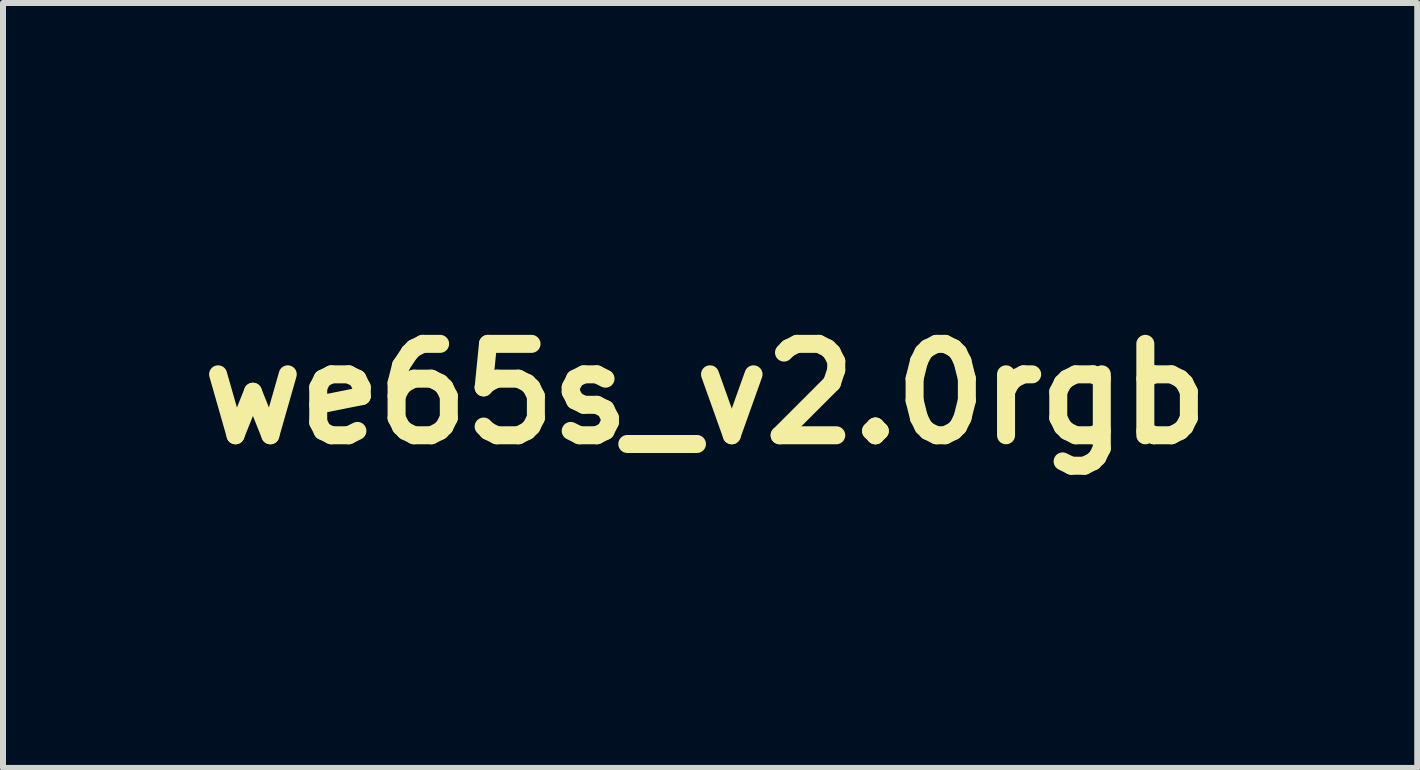
<source format=kicad_pcb>
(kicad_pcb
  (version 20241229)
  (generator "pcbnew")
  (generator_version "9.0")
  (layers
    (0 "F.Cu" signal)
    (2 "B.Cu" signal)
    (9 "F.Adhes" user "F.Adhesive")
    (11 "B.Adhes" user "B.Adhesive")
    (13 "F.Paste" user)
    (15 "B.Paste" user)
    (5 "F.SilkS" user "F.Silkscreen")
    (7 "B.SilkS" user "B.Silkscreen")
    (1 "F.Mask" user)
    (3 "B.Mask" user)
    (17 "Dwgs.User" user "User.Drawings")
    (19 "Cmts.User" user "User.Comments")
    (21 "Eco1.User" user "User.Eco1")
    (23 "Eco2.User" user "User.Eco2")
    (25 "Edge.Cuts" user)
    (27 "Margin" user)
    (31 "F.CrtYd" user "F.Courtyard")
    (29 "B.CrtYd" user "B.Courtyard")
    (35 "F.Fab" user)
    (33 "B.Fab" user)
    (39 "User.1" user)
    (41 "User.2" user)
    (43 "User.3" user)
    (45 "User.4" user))
  (footprint "we65s_v2.0rgb"
    (layer "F.Cu")
    (at 8.714 3.517)
    (property "Reference" "we65s_v2.0rgb" (at 0 0 0) (layer "F.SilkS") (effects (font (size 1.524 1.524) (thickness 0.3))))
    (attr through_hole)
    (fp_poly (pts (xy 5.338 1.966) (xy 5.525 1.966) (xy 5.525 2.247) (xy 4.822 2.247) (xy 4.822 1.966) (xy 5.035 1.966) (xy 5.028 1.691) (xy 5.021 1.416) (xy 4.846 1.402) (xy 4.846 1.147) (xy 5.338 1.147) (xy 5.338 1.966)) (stroke (width 0.01) (type solid)) (fill yes) (layer "F.Mask"))
    (fp_poly (pts (xy -4.612 1.662) (xy -4.822 1.662) (xy -4.822 2.247) (xy -5.127 2.247) (xy -5.127 1.565) (xy -5.058 1.496) (xy -5.021 1.462) (xy -4.984 1.442) (xy -4.935 1.432) (xy -4.86 1.428) (xy -4.801 1.428) (xy -4.612 1.428) (xy -4.612 1.662)) (stroke (width 0.01) (type solid)) (fill yes) (layer "F.Mask"))
    (fp_poly (pts (xy -6.382 1.962) (xy -6.327 2.011) (xy -6.301 2.077) (xy -6.306 2.149) (xy -6.349 2.214) (xy -6.359 2.222) (xy -6.433 2.264) (xy -6.5 2.261) (xy -6.568 2.213) (xy -6.568 2.213) (xy -6.615 2.146) (xy -6.618 2.079) (xy -6.577 2.005) (xy -6.577 2.005) (xy -6.512 1.953) (xy -6.459 1.943) (xy -6.382 1.962)) (stroke (width 0.01) (type solid)) (fill yes) (layer "F.Mask"))
    (fp_poly (pts (xy 1.209 -1.663) (xy 1.243 -1.654) (xy 1.392 -1.589) (xy 1.512 -1.493) (xy 1.602 -1.372) (xy 1.66 -1.234) (xy 1.686 -1.087) (xy 1.676 -0.936) (xy 1.631 -0.789) (xy 1.548 -0.654) (xy 1.476 -0.577) (xy 1.372 -0.496) (xy 1.269 -0.447) (xy 1.151 -0.425) (xy 1.059 -0.421) (xy 0.948 -0.427) (xy 0.858 -0.447) (xy 0.778 -0.482) (xy 0.636 -0.577) (xy 0.529 -0.7) (xy 0.462 -0.848) (xy 0.436 -1.016) (xy 0.436 -1.03) (xy 0.446 -1.183) (xy 0.483 -1.308) (xy 0.551 -1.42) (xy 0.593 -1.469) (xy 0.728 -1.584) (xy 0.877 -1.656) (xy 1.038 -1.682) (xy 1.209 -1.663)) (stroke (width 0.01) (type solid)) (fill yes) (layer "F.Mask"))
    (fp_poly (pts (xy 8.343 1.432) (xy 8.45 1.488) (xy 8.531 1.574) (xy 8.54 1.589) (xy 8.563 1.634) (xy 8.577 1.682) (xy 8.586 1.744) (xy 8.59 1.83) (xy 8.592 1.952) (xy 8.592 1.964) (xy 8.592 2.247) (xy 8.287 2.247) (xy 8.287 1.995) (xy 8.285 1.868) (xy 8.278 1.781) (xy 8.263 1.727) (xy 8.236 1.698) (xy 8.196 1.687) (xy 8.17 1.686) (xy 8.122 1.69) (xy 8.089 1.71) (xy 8.069 1.75) (xy 8.058 1.82) (xy 8.053 1.925) (xy 8.053 1.995) (xy 8.053 2.247) (xy 7.745 2.247) (xy 7.753 1.945) (xy 7.759 1.798) (xy 7.77 1.69) (xy 7.79 1.611) (xy 7.824 1.553) (xy 7.874 1.507) (xy 7.944 1.466) (xy 7.96 1.457) (xy 8.087 1.414) (xy 8.218 1.406) (xy 8.343 1.432)) (stroke (width 0.01) (type solid)) (fill yes) (layer "F.Mask"))
    (fp_poly (pts (xy -7.093 1.152) (xy -6.982 1.169) (xy -6.9 1.202) (xy -6.84 1.254) (xy -6.794 1.328) (xy -6.787 1.344) (xy -6.75 1.464) (xy -6.755 1.573) (xy -6.803 1.677) (xy -6.896 1.776) (xy -6.994 1.849) (xy -7.152 1.955) (xy -6.947 1.962) (xy -6.742 1.968) (xy -6.742 2.247) (xy -7.041 2.246) (xy -7.158 2.244) (xy -7.263 2.239) (xy -7.342 2.233) (xy -7.387 2.225) (xy -7.389 2.224) (xy -7.459 2.174) (xy -7.513 2.097) (xy -7.538 2.011) (xy -7.538 2) (xy -7.53 1.943) (xy -7.502 1.887) (xy -7.449 1.828) (xy -7.366 1.757) (xy -7.257 1.678) (xy -7.151 1.595) (xy -7.09 1.528) (xy -7.072 1.476) (xy -7.099 1.438) (xy -7.17 1.415) (xy -7.286 1.405) (xy -7.32 1.405) (xy -7.491 1.405) (xy -7.491 1.147) (xy -7.242 1.147) (xy -7.093 1.152)) (stroke (width 0.01) (type solid)) (fill yes) (layer "F.Mask"))
    (fp_poly (pts (xy 2.388 1.152) (xy 2.499 1.169) (xy 2.581 1.202) (xy 2.641 1.254) (xy 2.687 1.328) (xy 2.694 1.344) (xy 2.731 1.464) (xy 2.726 1.573) (xy 2.678 1.677) (xy 2.585 1.776) (xy 2.487 1.849) (xy 2.329 1.955) (xy 2.534 1.962) (xy 2.739 1.968) (xy 2.739 2.247) (xy 2.441 2.246) (xy 2.323 2.244) (xy 2.219 2.239) (xy 2.139 2.233) (xy 2.094 2.225) (xy 2.093 2.224) (xy 2.022 2.174) (xy 1.968 2.097) (xy 1.943 2.011) (xy 1.943 2) (xy 1.951 1.943) (xy 1.979 1.887) (xy 2.032 1.828) (xy 2.115 1.757) (xy 2.224 1.678) (xy 2.33 1.595) (xy 2.392 1.528) (xy 2.409 1.476) (xy 2.382 1.438) (xy 2.311 1.415) (xy 2.195 1.405) (xy 2.161 1.405) (xy 1.99 1.405) (xy 1.99 1.147) (xy 2.239 1.147) (xy 2.388 1.152)) (stroke (width 0.01) (type solid)) (fill yes) (layer "F.Mask"))
    (fp_poly (pts (xy 4.378 1.152) (xy 4.489 1.169) (xy 4.571 1.202) (xy 4.63 1.254) (xy 4.677 1.328) (xy 4.684 1.344) (xy 4.721 1.464) (xy 4.716 1.573) (xy 4.668 1.677) (xy 4.575 1.776) (xy 4.477 1.849) (xy 4.319 1.955) (xy 4.524 1.962) (xy 4.729 1.968) (xy 4.729 2.247) (xy 4.43 2.246) (xy 4.313 2.244) (xy 4.208 2.239) (xy 4.129 2.233) (xy 4.084 2.225) (xy 4.082 2.224) (xy 4.012 2.174) (xy 3.958 2.097) (xy 3.933 2.011) (xy 3.933 2) (xy 3.941 1.943) (xy 3.969 1.887) (xy 4.022 1.828) (xy 4.105 1.757) (xy 4.214 1.678) (xy 4.32 1.595) (xy 4.381 1.528) (xy 4.399 1.476) (xy 4.372 1.438) (xy 4.301 1.415) (xy 4.185 1.405) (xy 4.151 1.405) (xy 3.98 1.405) (xy 3.98 1.147) (xy 4.229 1.147) (xy 4.378 1.152)) (stroke (width 0.01) (type solid)) (fill yes) (layer "F.Mask"))
    (fp_poly (pts (xy 6.574 1.773) (xy 6.571 1.962) (xy 6.569 2.111) (xy 6.565 2.224) (xy 6.561 2.307) (xy 6.555 2.367) (xy 6.547 2.409) (xy 6.537 2.439) (xy 6.523 2.463) (xy 6.521 2.467) (xy 6.444 2.542) (xy 6.344 2.585) (xy 6.233 2.595) (xy 6.125 2.569) (xy 6.094 2.553) (xy 6.027 2.501) (xy 5.988 2.438) (xy 5.971 2.352) (xy 5.97 2.291) (xy 5.975 2.254) (xy 6.19 2.254) (xy 6.204 2.298) (xy 6.238 2.314) (xy 6.247 2.313) (xy 6.271 2.295) (xy 6.286 2.249) (xy 6.293 2.179) (xy 6.296 2.107) (xy 6.292 2.075) (xy 6.278 2.072) (xy 6.261 2.084) (xy 6.219 2.135) (xy 6.196 2.196) (xy 6.19 2.254) (xy 5.975 2.254) (xy 5.992 2.139) (xy 6.059 2) (xy 6.171 1.876) (xy 6.274 1.785) (xy 6.274 1.405) (xy 6.063 1.405) (xy 6.063 1.147) (xy 6.581 1.147) (xy 6.574 1.773)) (stroke (width 0.01) (type solid)) (fill yes) (layer "F.Mask"))
    (fp_poly (pts (xy -3.184 1.476) (xy -3.115 1.44) (xy -3.008 1.41) (xy -2.893 1.417) (xy -2.782 1.458) (xy -2.687 1.529) (xy -2.641 1.588) (xy -2.594 1.703) (xy -2.584 1.831) (xy -2.607 1.958) (xy -2.66 2.074) (xy -2.742 2.167) (xy -2.789 2.2) (xy -2.884 2.237) (xy -2.998 2.258) (xy -3.11 2.262) (xy -3.189 2.249) (xy -3.305 2.19) (xy -3.399 2.1) (xy -3.444 2.027) (xy -3.459 1.986) (xy -3.471 1.938) (xy -3.479 1.876) (xy -3.481 1.839) (xy -3.179 1.839) (xy -3.16 1.915) (xy -3.106 1.974) (xy -3.092 1.982) (xy -3.017 1.997) (xy -2.951 1.968) (xy -2.907 1.91) (xy -2.889 1.834) (xy -2.905 1.769) (xy -2.947 1.718) (xy -3.005 1.69) (xy -3.068 1.688) (xy -3.127 1.719) (xy -3.159 1.76) (xy -3.179 1.839) (xy -3.481 1.839) (xy -3.484 1.791) (xy -3.487 1.676) (xy -3.488 1.523) (xy -3.488 1.504) (xy -3.488 1.077) (xy -3.184 1.077) (xy -3.184 1.476)) (stroke (width 0.01) (type solid)) (fill yes) (layer "F.Mask"))
    (fp_poly (pts (xy 7.252 1.416) (xy 7.377 1.457) (xy 7.484 1.528) (xy 7.562 1.624) (xy 7.583 1.669) (xy 7.594 1.72) (xy 7.602 1.804) (xy 7.607 1.909) (xy 7.608 1.991) (xy 7.608 2.247) (xy 7.468 2.247) (xy 7.39 2.246) (xy 7.348 2.24) (xy 7.331 2.223) (xy 7.327 2.19) (xy 7.327 2.184) (xy 7.327 2.122) (xy 7.259 2.187) (xy 7.166 2.246) (xy 7.058 2.266) (xy 6.947 2.247) (xy 6.906 2.229) (xy 6.807 2.151) (xy 6.741 2.049) (xy 6.707 1.933) (xy 6.705 1.832) (xy 7.009 1.832) (xy 7.022 1.905) (xy 7.067 1.968) (xy 7.131 1.997) (xy 7.201 1.989) (xy 7.262 1.945) (xy 7.27 1.935) (xy 7.299 1.861) (xy 7.294 1.787) (xy 7.259 1.726) (xy 7.198 1.69) (xy 7.164 1.686) (xy 7.085 1.705) (xy 7.031 1.757) (xy 7.009 1.832) (xy 6.705 1.832) (xy 6.704 1.81) (xy 6.732 1.69) (xy 6.79 1.581) (xy 6.877 1.492) (xy 6.981 1.436) (xy 7.116 1.408) (xy 7.252 1.416)) (stroke (width 0.01) (type solid)) (fill yes) (layer "F.Mask"))
    (fp_poly (pts (xy 6.555 -2.646) (xy 6.011 -2.64) (xy 5.466 -2.634) (xy 5.459 -2.49) (xy 5.452 -2.347) (xy 5.74 -2.337) (xy 5.866 -2.332) (xy 5.958 -2.325) (xy 6.028 -2.313) (xy 6.091 -2.295) (xy 6.157 -2.267) (xy 6.184 -2.254) (xy 6.368 -2.146) (xy 6.515 -2.01) (xy 6.622 -1.85) (xy 6.689 -1.667) (xy 6.714 -1.501) (xy 6.705 -1.284) (xy 6.654 -1.087) (xy 6.562 -0.91) (xy 6.43 -0.757) (xy 6.26 -0.631) (xy 6.16 -0.577) (xy 6.005 -0.503) (xy 4.542 -0.489) (xy 4.542 -1.217) (xy 5.109 -1.217) (xy 5.291 -1.218) (xy 5.433 -1.219) (xy 5.54 -1.222) (xy 5.619 -1.226) (xy 5.677 -1.233) (xy 5.718 -1.243) (xy 5.75 -1.255) (xy 5.758 -1.258) (xy 5.837 -1.32) (xy 5.876 -1.399) (xy 5.872 -1.49) (xy 5.863 -1.517) (xy 5.841 -1.561) (xy 5.811 -1.595) (xy 5.768 -1.62) (xy 5.707 -1.638) (xy 5.622 -1.65) (xy 5.506 -1.658) (xy 5.355 -1.661) (xy 5.163 -1.662) (xy 4.659 -1.662) (xy 4.659 -3.371) (xy 6.555 -3.371) (xy 6.555 -2.646)) (stroke (width 0.01) (type solid)) (fill yes) (layer "F.Mask"))
    (fp_poly (pts (xy -7.714 1.429) (xy -7.656 1.431) (xy -7.632 1.434) (xy -7.632 1.435) (xy -7.639 1.462) (xy -7.659 1.525) (xy -7.688 1.613) (xy -7.724 1.717) (xy -7.762 1.829) (xy -7.8 1.938) (xy -7.835 2.036) (xy -7.863 2.114) (xy -7.882 2.162) (xy -7.886 2.17) (xy -7.931 2.215) (xy -8.003 2.251) (xy -8.085 2.269) (xy -8.109 2.27) (xy -8.166 2.258) (xy -8.22 2.235) (xy -8.271 2.197) (xy -8.299 2.16) (xy -8.311 2.126) (xy -8.335 2.058) (xy -8.366 1.968) (xy -8.402 1.862) (xy -8.44 1.752) (xy -8.476 1.646) (xy -8.507 1.552) (xy -8.53 1.481) (xy -8.543 1.44) (xy -8.545 1.435) (xy -8.523 1.431) (xy -8.467 1.429) (xy -8.388 1.428) (xy -8.382 1.428) (xy -8.294 1.43) (xy -8.242 1.437) (xy -8.216 1.453) (xy -8.209 1.469) (xy -8.199 1.509) (xy -8.182 1.582) (xy -8.16 1.677) (xy -8.146 1.74) (xy -8.124 1.835) (xy -8.104 1.908) (xy -8.09 1.951) (xy -8.084 1.958) (xy -8.074 1.932) (xy -8.058 1.871) (xy -8.038 1.785) (xy -8.028 1.74) (xy -8.007 1.641) (xy -7.988 1.554) (xy -7.974 1.494) (xy -7.971 1.481) (xy -7.961 1.453) (xy -7.938 1.437) (xy -7.893 1.43) (xy -7.813 1.428) (xy -7.795 1.428) (xy -7.714 1.429)) (stroke (width 0.01) (type solid)) (fill yes) (layer "F.Mask"))
    (fp_poly (pts (xy -4.018 1.413) (xy -3.895 1.445) (xy -3.788 1.506) (xy -3.705 1.596) (xy -3.685 1.631) (xy -3.666 1.694) (xy -3.65 1.791) (xy -3.639 1.909) (xy -3.632 2.038) (xy -3.629 2.167) (xy -3.633 2.283) (xy -3.642 2.376) (xy -3.657 2.434) (xy -3.657 2.435) (xy -3.698 2.49) (xy -3.758 2.53) (xy -3.843 2.556) (xy -3.961 2.571) (xy -4.118 2.575) (xy -4.126 2.575) (xy -4.401 2.575) (xy -4.401 2.318) (xy -4.195 2.318) (xy -4.08 2.315) (xy -4.005 2.305) (xy -3.96 2.283) (xy -3.939 2.245) (xy -3.933 2.186) (xy -3.933 2.181) (xy -3.935 2.128) (xy -3.945 2.115) (xy -3.972 2.135) (xy -3.976 2.139) (xy -4.067 2.192) (xy -4.176 2.209) (xy -4.289 2.192) (xy -4.395 2.14) (xy -4.408 2.13) (xy -4.479 2.047) (xy -4.52 1.938) (xy -4.531 1.831) (xy -4.222 1.831) (xy -4.201 1.905) (xy -4.147 1.953) (xy -4.085 1.966) (xy -4.025 1.953) (xy -3.992 1.935) (xy -3.957 1.882) (xy -3.949 1.826) (xy -3.967 1.748) (xy -4.021 1.7) (xy -4.098 1.686) (xy -4.169 1.704) (xy -4.21 1.759) (xy -4.222 1.831) (xy -4.531 1.831) (xy -4.532 1.816) (xy -4.513 1.694) (xy -4.464 1.588) (xy -4.379 1.498) (xy -4.269 1.439) (xy -4.146 1.411) (xy -4.018 1.413)) (stroke (width 0.01) (type solid)) (fill yes) (layer "F.Mask"))
    (fp_poly (pts (xy 3.631 -2.919) (xy 3.329 -2.467) (xy 3.494 -2.438) (xy 3.694 -2.382) (xy 3.87 -2.29) (xy 4.02 -2.167) (xy 4.141 -2.018) (xy 4.231 -1.85) (xy 4.287 -1.666) (xy 4.307 -1.473) (xy 4.289 -1.276) (xy 4.231 -1.08) (xy 4.16 -0.94) (xy 4.042 -0.786) (xy 3.89 -0.659) (xy 3.709 -0.559) (xy 3.505 -0.489) (xy 3.286 -0.451) (xy 3.056 -0.447) (xy 2.822 -0.479) (xy 2.819 -0.48) (xy 2.604 -0.548) (xy 2.417 -0.651) (xy 2.26 -0.785) (xy 2.137 -0.946) (xy 2.051 -1.13) (xy 2.004 -1.333) (xy 2.001 -1.454) (xy 2.823 -1.454) (xy 2.852 -1.351) (xy 2.913 -1.267) (xy 2.999 -1.207) (xy 3.103 -1.176) (xy 3.217 -1.181) (xy 3.286 -1.203) (xy 3.387 -1.267) (xy 3.452 -1.357) (xy 3.477 -1.463) (xy 3.461 -1.578) (xy 3.443 -1.624) (xy 3.376 -1.716) (xy 3.286 -1.775) (xy 3.185 -1.801) (xy 3.08 -1.796) (xy 2.981 -1.76) (xy 2.899 -1.693) (xy 2.842 -1.598) (xy 2.833 -1.568) (xy 2.823 -1.454) (xy 2.001 -1.454) (xy 1.999 -1.551) (xy 2.001 -1.575) (xy 2.015 -1.69) (xy 2.038 -1.8) (xy 2.072 -1.91) (xy 2.118 -2.027) (xy 2.181 -2.156) (xy 2.261 -2.301) (xy 2.362 -2.469) (xy 2.487 -2.664) (xy 2.615 -2.858) (xy 2.957 -3.371) (xy 3.933 -3.371) (xy 3.631 -2.919)) (stroke (width 0.01) (type solid)) (fill yes) (layer "F.Mask"))
    (fp_poly (pts (xy -5.571 1.139) (xy -5.447 1.188) (xy -5.351 1.27) (xy -5.334 1.293) (xy -5.312 1.327) (xy -5.296 1.363) (xy -5.287 1.41) (xy -5.282 1.477) (xy -5.279 1.574) (xy -5.279 1.687) (xy -5.279 1.816) (xy -5.281 1.906) (xy -5.287 1.969) (xy -5.297 2.013) (xy -5.313 2.047) (xy -5.337 2.081) (xy -5.342 2.088) (xy -5.405 2.152) (xy -5.479 2.205) (xy -5.494 2.213) (xy -5.594 2.246) (xy -5.71 2.262) (xy -5.822 2.26) (xy -5.883 2.248) (xy -5.984 2.198) (xy -6.075 2.121) (xy -6.14 2.033) (xy -6.142 2.029) (xy -6.165 1.95) (xy -6.179 1.84) (xy -6.184 1.712) (xy -6.183 1.689) (xy -5.876 1.689) (xy -5.874 1.785) (xy -5.868 1.848) (xy -5.853 1.89) (xy -5.827 1.924) (xy -5.818 1.932) (xy -5.769 1.972) (xy -5.726 1.99) (xy -5.724 1.99) (xy -5.683 1.974) (xy -5.633 1.936) (xy -5.629 1.932) (xy -5.6 1.898) (xy -5.582 1.859) (xy -5.574 1.803) (xy -5.572 1.716) (xy -5.572 1.689) (xy -5.578 1.561) (xy -5.6 1.474) (xy -5.64 1.422) (xy -5.7 1.4) (xy -5.724 1.399) (xy -5.791 1.412) (xy -5.837 1.453) (xy -5.864 1.529) (xy -5.875 1.643) (xy -5.876 1.689) (xy -6.183 1.689) (xy -6.18 1.582) (xy -6.167 1.462) (xy -6.147 1.367) (xy -6.133 1.334) (xy -6.056 1.232) (xy -5.947 1.163) (xy -5.807 1.128) (xy -5.727 1.124) (xy -5.571 1.139)) (stroke (width 0.01) (type solid)) (fill yes) (layer "F.Mask"))
    (fp_poly (pts (xy 3.489 1.139) (xy 3.613 1.188) (xy 3.708 1.27) (xy 3.726 1.293) (xy 3.748 1.327) (xy 3.763 1.363) (xy 3.773 1.41) (xy 3.778 1.477) (xy 3.78 1.574) (xy 3.781 1.687) (xy 3.78 1.816) (xy 3.778 1.906) (xy 3.773 1.969) (xy 3.763 2.013) (xy 3.747 2.047) (xy 3.723 2.081) (xy 3.718 2.088) (xy 3.655 2.152) (xy 3.58 2.205) (xy 3.566 2.213) (xy 3.466 2.246) (xy 3.35 2.262) (xy 3.238 2.26) (xy 3.176 2.248) (xy 3.076 2.198) (xy 2.984 2.121) (xy 2.92 2.033) (xy 2.918 2.029) (xy 2.895 1.95) (xy 2.881 1.84) (xy 2.876 1.712) (xy 2.877 1.689) (xy 3.184 1.689) (xy 3.185 1.785) (xy 3.192 1.848) (xy 3.207 1.89) (xy 3.233 1.924) (xy 3.241 1.932) (xy 3.291 1.972) (xy 3.333 1.99) (xy 3.336 1.99) (xy 3.377 1.974) (xy 3.427 1.936) (xy 3.431 1.932) (xy 3.46 1.898) (xy 3.477 1.859) (xy 3.486 1.803) (xy 3.488 1.716) (xy 3.488 1.689) (xy 3.481 1.561) (xy 3.459 1.474) (xy 3.42 1.422) (xy 3.36 1.4) (xy 3.336 1.399) (xy 3.269 1.412) (xy 3.223 1.453) (xy 3.196 1.529) (xy 3.184 1.643) (xy 3.184 1.689) (xy 2.877 1.689) (xy 2.88 1.582) (xy 2.892 1.462) (xy 2.913 1.367) (xy 2.926 1.334) (xy 3.003 1.232) (xy 3.113 1.163) (xy 3.252 1.128) (xy 3.333 1.124) (xy 3.489 1.139)) (stroke (width 0.01) (type solid)) (fill yes) (layer "F.Mask"))
    (fp_poly (pts (xy 8.685 -2.061) (xy 8.214 -2.055) (xy 8.052 -2.052) (xy 7.931 -2.049) (xy 7.844 -2.045) (xy 7.785 -2.039) (xy 7.748 -2.031) (xy 7.727 -2.019) (xy 7.716 -2.007) (xy 7.703 -1.957) (xy 7.716 -1.925) (xy 7.734 -1.908) (xy 7.766 -1.895) (xy 7.821 -1.886) (xy 7.907 -1.878) (xy 8.03 -1.871) (xy 8.056 -1.87) (xy 8.18 -1.862) (xy 8.294 -1.852) (xy 8.387 -1.839) (xy 8.446 -1.827) (xy 8.451 -1.825) (xy 8.606 -1.748) (xy 8.723 -1.643) (xy 8.804 -1.51) (xy 8.849 -1.347) (xy 8.858 -1.208) (xy 8.847 -1.044) (xy 8.809 -0.909) (xy 8.739 -0.79) (xy 8.662 -0.702) (xy 8.607 -0.649) (xy 8.556 -0.606) (xy 8.503 -0.572) (xy 8.443 -0.547) (xy 8.369 -0.528) (xy 8.276 -0.515) (xy 8.158 -0.507) (xy 8.009 -0.501) (xy 7.823 -0.498) (xy 7.673 -0.496) (xy 7 -0.489) (xy 7 -1.053) (xy 7.518 -1.059) (xy 7.688 -1.061) (xy 7.818 -1.064) (xy 7.912 -1.068) (xy 7.978 -1.073) (xy 8.02 -1.08) (xy 8.046 -1.09) (xy 8.06 -1.103) (xy 8.062 -1.106) (xy 8.075 -1.157) (xy 8.062 -1.188) (xy 8.044 -1.206) (xy 8.011 -1.219) (xy 7.955 -1.228) (xy 7.867 -1.236) (xy 7.741 -1.243) (xy 7.735 -1.243) (xy 7.584 -1.253) (xy 7.468 -1.266) (xy 7.377 -1.284) (xy 7.3 -1.308) (xy 7.155 -1.388) (xy 7.041 -1.5) (xy 6.961 -1.64) (xy 6.917 -1.806) (xy 6.911 -1.988) (xy 6.946 -2.163) (xy 7.022 -2.317) (xy 7.136 -2.447) (xy 7.286 -2.549) (xy 7.302 -2.557) (xy 7.336 -2.573) (xy 7.371 -2.585) (xy 7.412 -2.595) (xy 7.466 -2.602) (xy 7.54 -2.607) (xy 7.638 -2.611) (xy 7.767 -2.614) (xy 7.934 -2.616) (xy 8.047 -2.617) (xy 8.685 -2.625) (xy 8.685 -2.061)) (stroke (width 0.01) (type solid)) (fill yes) (layer "F.Mask"))
    (fp_poly (pts (xy -1.082 -3.492) (xy -0.837 -3.434) (xy -0.615 -3.335) (xy -0.414 -3.196) (xy -0.314 -3.104) (xy -0.175 -2.945) (xy -0.07 -2.779) (xy 0.003 -2.597) (xy 0.048 -2.393) (xy 0.066 -2.16) (xy 0.064 -1.986) (xy 0.058 -1.872) (xy 0.051 -1.774) (xy 0.044 -1.702) (xy 0.037 -1.666) (xy 0.037 -1.664) (xy 0.014 -1.657) (xy -0.046 -1.651) (xy -0.144 -1.646) (xy -0.282 -1.643) (xy -0.463 -1.64) (xy -0.687 -1.639) (xy -0.879 -1.639) (xy -1.116 -1.639) (xy -1.31 -1.638) (xy -1.465 -1.637) (xy -1.584 -1.634) (xy -1.671 -1.629) (xy -1.729 -1.62) (xy -1.764 -1.609) (xy -1.777 -1.593) (xy -1.773 -1.572) (xy -1.757 -1.546) (xy -1.73 -1.513) (xy -1.716 -1.497) (xy -1.679 -1.455) (xy -1.641 -1.422) (xy -1.597 -1.396) (xy -1.541 -1.377) (xy -1.467 -1.363) (xy -1.37 -1.353) (xy -1.244 -1.347) (xy -1.083 -1.342) (xy -0.881 -1.339) (xy -0.86 -1.339) (xy -0.234 -1.33) (xy -0.234 -0.492) (xy -0.837 -0.494) (xy -1.009 -0.496) (xy -1.172 -0.499) (xy -1.319 -0.503) (xy -1.442 -0.507) (xy -1.532 -0.513) (xy -1.573 -0.517) (xy -1.84 -0.576) (xy -2.085 -0.669) (xy -2.306 -0.794) (xy -2.498 -0.948) (xy -2.657 -1.127) (xy -2.781 -1.328) (xy -2.865 -1.549) (xy -2.868 -1.562) (xy -2.887 -1.669) (xy -2.898 -1.808) (xy -2.902 -1.964) (xy -2.899 -2.123) (xy -2.892 -2.223) (xy -1.826 -2.223) (xy -0.948 -2.236) (xy -0.955 -2.318) (xy -0.982 -2.413) (xy -1.04 -2.509) (xy -1.117 -2.586) (xy -1.145 -2.605) (xy -1.269 -2.652) (xy -1.406 -2.661) (xy -1.544 -2.633) (xy -1.671 -2.568) (xy -1.73 -2.508) (xy -1.782 -2.421) (xy -1.817 -2.33) (xy -1.825 -2.276) (xy -1.826 -2.223) (xy -2.892 -2.223) (xy -2.888 -2.271) (xy -2.87 -2.393) (xy -2.867 -2.41) (xy -2.806 -2.604) (xy -2.719 -2.778) (xy -2.597 -2.945) (xy -2.493 -3.058) (xy -2.393 -3.155) (xy -2.306 -3.227) (xy -2.218 -3.285) (xy -2.114 -3.339) (xy -2.107 -3.343) (xy -1.871 -3.436) (xy -1.635 -3.491) (xy -1.381 -3.511) (xy -1.351 -3.512) (xy -1.082 -3.492)) (stroke (width 0.01) (type solid)) (fill yes) (layer "F.Mask"))
    (fp_poly (pts (xy 0.743 -0.105) (xy 1.444 -0.105) (xy 2.101 -0.105) (xy 2.716 -0.105) (xy 3.29 -0.105) (xy 3.824 -0.105) (xy 4.32 -0.105) (xy 4.779 -0.104) (xy 5.203 -0.104) (xy 5.593 -0.104) (xy 5.951 -0.103) (xy 6.277 -0.103) (xy 6.574 -0.102) (xy 6.842 -0.101) (xy 7.084 -0.1) (xy 7.301 -0.099) (xy 7.494 -0.098) (xy 7.664 -0.097) (xy 7.813 -0.095) (xy 7.943 -0.094) (xy 8.055 -0.092) (xy 8.15 -0.09) (xy 8.229 -0.088) (xy 8.295 -0.086) (xy 8.349 -0.083) (xy 8.391 -0.081) (xy 8.424 -0.078) (xy 8.449 -0.075) (xy 8.468 -0.072) (xy 8.481 -0.068) (xy 8.49 -0.065) (xy 8.493 -0.063) (xy 8.579 0.007) (xy 8.635 0.102) (xy 8.66 0.21) (xy 8.656 0.321) (xy 8.621 0.425) (xy 8.555 0.51) (xy 8.497 0.551) (xy 8.487 0.554) (xy 8.468 0.557) (xy 8.439 0.559) (xy 8.399 0.562) (xy 8.345 0.564) (xy 8.278 0.567) (xy 8.194 0.569) (xy 8.094 0.571) (xy 7.975 0.572) (xy 7.837 0.574) (xy 7.677 0.575) (xy 7.495 0.577) (xy 7.288 0.578) (xy 7.057 0.579) (xy 6.798 0.58) (xy 6.512 0.581) (xy 6.196 0.582) (xy 5.849 0.582) (xy 5.469 0.583) (xy 5.056 0.584) (xy 4.608 0.584) (xy 4.124 0.584) (xy 3.601 0.585) (xy 3.04 0.585) (xy 2.438 0.585) (xy 1.793 0.585) (xy 1.106 0.585) (xy 0.373 0.585) (xy 0.007 0.585) (xy -0.739 0.585) (xy -1.44 0.585) (xy -2.098 0.585) (xy -2.712 0.585) (xy -3.286 0.585) (xy -3.82 0.585) (xy -4.315 0.585) (xy -4.774 0.584) (xy -5.198 0.584) (xy -5.587 0.583) (xy -5.945 0.583) (xy -6.271 0.582) (xy -6.567 0.582) (xy -6.836 0.581) (xy -7.077 0.58) (xy -7.294 0.579) (xy -7.486 0.578) (xy -7.657 0.577) (xy -7.806 0.575) (xy -7.935 0.574) (xy -8.047 0.572) (xy -8.142 0.57) (xy -8.221 0.568) (xy -8.287 0.566) (xy -8.34 0.563) (xy -8.383 0.561) (xy -8.416 0.558) (xy -8.441 0.555) (xy -8.459 0.552) (xy -8.472 0.548) (xy -8.481 0.545) (xy -8.487 0.542) (xy -8.579 0.463) (xy -8.633 0.36) (xy -8.649 0.242) (xy -8.636 0.131) (xy -8.59 0.04) (xy -8.506 -0.044) (xy -8.489 -0.057) (xy -8.424 -0.105) (xy -0.004 -0.105) (xy 0.743 -0.105)) (stroke (width 0.01) (type solid)) (fill yes) (layer "F.Mask"))
    (fp_poly (pts (xy 0.765 2.762) (xy 1.472 2.762) (xy 2.136 2.762) (xy 2.757 2.762) (xy 3.337 2.763) (xy 3.878 2.763) (xy 4.38 2.763) (xy 4.845 2.763) (xy 5.274 2.763) (xy 5.67 2.764) (xy 6.033 2.764) (xy 6.365 2.765) (xy 6.667 2.765) (xy 6.94 2.766) (xy 7.187 2.767) (xy 7.408 2.768) (xy 7.605 2.769) (xy 7.779 2.77) (xy 7.933 2.771) (xy 8.066 2.773) (xy 8.181 2.774) (xy 8.278 2.776) (xy 8.361 2.778) (xy 8.429 2.78) (xy 8.484 2.783) (xy 8.528 2.785) (xy 8.562 2.788) (xy 8.588 2.791) (xy 8.606 2.794) (xy 8.619 2.797) (xy 8.628 2.801) (xy 8.634 2.805) (xy 8.638 2.809) (xy 8.639 2.809) (xy 8.665 2.844) (xy 8.677 2.888) (xy 8.675 2.956) (xy 8.672 2.991) (xy 8.661 3.098) (xy 8.65 3.168) (xy 8.635 3.207) (xy 8.612 3.225) (xy 8.578 3.23) (xy 8.557 3.231) (xy 8.486 3.218) (xy 8.452 3.185) (xy 8.434 3.129) (xy 8.428 3.068) (xy 8.428 2.996) (xy -0.093 2.996) (xy -0.843 2.996) (xy -1.548 2.996) (xy -2.209 2.996) (xy -2.828 2.996) (xy -3.405 2.996) (xy -3.943 2.996) (xy -4.443 2.996) (xy -4.905 2.996) (xy -5.332 2.995) (xy -5.725 2.995) (xy -6.086 2.995) (xy -6.415 2.994) (xy -6.714 2.993) (xy -6.985 2.993) (xy -7.229 2.992) (xy -7.448 2.991) (xy -7.643 2.99) (xy -7.815 2.989) (xy -7.965 2.987) (xy -8.096 2.986) (xy -8.208 2.984) (xy -8.304 2.982) (xy -8.384 2.98) (xy -8.449 2.978) (xy -8.502 2.976) (xy -8.544 2.973) (xy -8.576 2.97) (xy -8.599 2.968) (xy -8.615 2.964) (xy -8.626 2.961) (xy -8.632 2.957) (xy -8.636 2.954) (xy -8.638 2.951) (xy -8.659 2.893) (xy -8.646 2.846) (xy -8.615 2.809) (xy -8.611 2.805) (xy -8.605 2.801) (xy -8.596 2.798) (xy -8.584 2.794) (xy -8.565 2.791) (xy -8.54 2.788) (xy -8.506 2.785) (xy -8.463 2.783) (xy -8.408 2.781) (xy -8.34 2.778) (xy -8.258 2.776) (xy -8.161 2.775) (xy -8.047 2.773) (xy -7.915 2.771) (xy -7.762 2.77) (xy -7.589 2.769) (xy -7.393 2.768) (xy -7.172 2.767) (xy -6.927 2.766) (xy -6.654 2.765) (xy -6.353 2.765) (xy -6.023 2.764) (xy -5.661 2.764) (xy -5.266 2.763) (xy -4.838 2.763) (xy -4.374 2.763) (xy -3.874 2.763) (xy -3.335 2.763) (xy -2.756 2.762) (xy -2.137 2.762) (xy -1.475 2.762) (xy -0.769 2.762) (xy -0.017 2.762) (xy 0.012 2.762) (xy 0.765 2.762)) (stroke (width 0.01) (type solid)) (fill yes) (layer "F.Mask"))
    (fp_poly (pts (xy -0.803 1.127) (xy -0.745 1.142) (xy -0.696 1.173) (xy -0.678 1.188) (xy -0.616 1.268) (xy -0.593 1.348) (xy -0.589 1.414) (xy -0.605 1.465) (xy -0.649 1.522) (xy -0.652 1.526) (xy -0.724 1.608) (xy -0.671 1.659) (xy -0.617 1.7) (xy -0.578 1.701) (xy -0.548 1.66) (xy -0.539 1.641) (xy -0.485 1.549) (xy -0.408 1.49) (xy -0.301 1.46) (xy -0.257 1.456) (xy -0.117 1.446) (xy -0.117 1.553) (xy -0.119 1.618) (xy -0.131 1.65) (xy -0.164 1.663) (xy -0.203 1.667) (xy -0.284 1.69) (xy -0.329 1.732) (xy -0.373 1.805) (xy -0.381 1.861) (xy -0.351 1.913) (xy -0.292 1.966) (xy -0.174 2.077) (xy -0.094 2.19) (xy -0.055 2.299) (xy -0.057 2.402) (xy -0.095 2.483) (xy -0.143 2.527) (xy -0.212 2.567) (xy -0.282 2.592) (xy -0.328 2.596) (xy -0.356 2.589) (xy -0.41 2.574) (xy -0.416 2.572) (xy -0.487 2.532) (xy -0.546 2.464) (xy -0.581 2.385) (xy -0.585 2.353) (xy -0.582 2.34) (xy -0.372 2.34) (xy -0.371 2.383) (xy -0.342 2.409) (xy -0.328 2.411) (xy -0.29 2.396) (xy -0.281 2.357) (xy -0.29 2.299) (xy -0.316 2.283) (xy -0.343 2.297) (xy -0.372 2.34) (xy -0.582 2.34) (xy -0.573 2.302) (xy -0.544 2.239) (xy -0.538 2.228) (xy -0.506 2.164) (xy -0.508 2.132) (xy -0.541 2.133) (xy -0.601 2.167) (xy -0.729 2.232) (xy -0.862 2.263) (xy -0.992 2.262) (xy -1.113 2.232) (xy -1.216 2.174) (xy -1.296 2.092) (xy -1.346 1.988) (xy -1.358 1.895) (xy -1.351 1.857) (xy -1.053 1.857) (xy -1.029 1.937) (xy -1.007 1.966) (xy -0.941 2.003) (xy -0.858 2.012) (xy -0.78 1.991) (xy -0.759 1.979) (xy -0.731 1.945) (xy -0.739 1.926) (xy -0.77 1.902) (xy -0.824 1.859) (xy -0.87 1.82) (xy -0.944 1.763) (xy -0.991 1.738) (xy -1.021 1.741) (xy -1.039 1.769) (xy -1.053 1.857) (xy -1.351 1.857) (xy -1.339 1.79) (xy -1.288 1.689) (xy -1.217 1.611) (xy -1.216 1.611) (xy -1.175 1.577) (xy -1.164 1.546) (xy -1.179 1.499) (xy -1.186 1.482) (xy -1.204 1.381) (xy -1.198 1.358) (xy -0.955 1.358) (xy -0.955 1.407) (xy -0.932 1.447) (xy -0.892 1.473) (xy -0.865 1.455) (xy -0.854 1.427) (xy -0.853 1.374) (xy -0.879 1.335) (xy -0.919 1.324) (xy -0.926 1.327) (xy -0.955 1.358) (xy -1.198 1.358) (xy -1.178 1.283) (xy -1.11 1.194) (xy -1.097 1.183) (xy -1.045 1.147) (xy -0.987 1.129) (xy -0.904 1.124) (xy -0.888 1.124) (xy -0.803 1.127)) (stroke (width 0.01) (type solid)) (fill yes) (layer "F.Mask"))
    (fp_poly (pts (xy -5.831 -3.501) (xy -5.682 -3.478) (xy -5.446 -3.406) (xy -5.244 -3.301) (xy -5.074 -3.163) (xy -4.935 -2.989) (xy -4.825 -2.78) (xy -4.816 -2.756) (xy -4.801 -2.715) (xy -4.789 -2.671) (xy -4.78 -2.617) (xy -4.772 -2.548) (xy -4.767 -2.456) (xy -4.762 -2.336) (xy -4.758 -2.181) (xy -4.754 -2.004) (xy -4.741 -1.374) (xy -4.676 -1.326) (xy -4.62 -1.295) (xy -4.568 -1.295) (xy -4.548 -1.301) (xy -4.519 -1.312) (xy -4.496 -1.326) (xy -4.476 -1.347) (xy -4.461 -1.38) (xy -4.449 -1.428) (xy -4.44 -1.495) (xy -4.434 -1.585) (xy -4.429 -1.704) (xy -4.427 -1.854) (xy -4.425 -2.04) (xy -4.425 -2.266) (xy -4.425 -2.441) (xy -4.425 -3.441) (xy -3.324 -3.441) (xy -3.324 -2.476) (xy -3.325 -2.258) (xy -3.327 -2.05) (xy -3.329 -1.859) (xy -3.333 -1.689) (xy -3.337 -1.547) (xy -3.342 -1.438) (xy -3.347 -1.369) (xy -3.348 -1.358) (xy -3.404 -1.146) (xy -3.498 -0.956) (xy -3.628 -0.791) (xy -3.791 -0.653) (xy -3.983 -0.545) (xy -4.201 -0.469) (xy -4.441 -0.429) (xy -4.59 -0.422) (xy -4.799 -0.436) (xy -5.007 -0.477) (xy -5.197 -0.541) (xy -5.263 -0.571) (xy -5.426 -0.676) (xy -5.572 -0.813) (xy -5.694 -0.972) (xy -5.783 -1.143) (xy -5.827 -1.283) (xy -5.834 -1.345) (xy -5.841 -1.446) (xy -5.847 -1.578) (xy -5.851 -1.734) (xy -5.852 -1.907) (xy -5.853 -1.969) (xy -5.853 -2.53) (xy -5.91 -2.588) (xy -5.983 -2.636) (xy -6.056 -2.638) (xy -6.126 -2.595) (xy -6.129 -2.591) (xy -6.146 -2.572) (xy -6.158 -2.549) (xy -6.167 -2.517) (xy -6.174 -2.469) (xy -6.177 -2.399) (xy -6.179 -2.3) (xy -6.18 -2.167) (xy -6.18 -2.012) (xy -6.182 -1.791) (xy -6.186 -1.61) (xy -6.195 -1.463) (xy -6.208 -1.342) (xy -6.226 -1.242) (xy -6.251 -1.155) (xy -6.282 -1.075) (xy -6.291 -1.055) (xy -6.359 -0.944) (xy -6.456 -0.826) (xy -6.571 -0.714) (xy -6.69 -0.62) (xy -6.758 -0.579) (xy -6.938 -0.504) (xy -7.145 -0.452) (xy -7.365 -0.426) (xy -7.584 -0.426) (xy -7.789 -0.455) (xy -7.805 -0.459) (xy -8.013 -0.529) (xy -8.205 -0.633) (xy -8.372 -0.764) (xy -8.508 -0.917) (xy -8.592 -1.06) (xy -8.619 -1.121) (xy -8.641 -1.185) (xy -8.659 -1.258) (xy -8.674 -1.342) (xy -8.685 -1.443) (xy -8.694 -1.566) (xy -8.7 -1.715) (xy -8.705 -1.895) (xy -8.707 -2.109) (xy -8.708 -2.363) (xy -8.708 -2.522) (xy -8.709 -3.441) (xy -7.608 -3.441) (xy -7.608 -1.402) (xy -7.551 -1.345) (xy -7.498 -1.305) (xy -7.447 -1.288) (xy -7.444 -1.288) (xy -7.395 -1.303) (xy -7.341 -1.342) (xy -7.338 -1.345) (xy -7.281 -1.402) (xy -7.281 -1.964) (xy -7.279 -2.146) (xy -7.276 -2.311) (xy -7.271 -2.453) (xy -7.264 -2.565) (xy -7.256 -2.638) (xy -7.254 -2.65) (xy -7.189 -2.848) (xy -7.082 -3.028) (xy -6.937 -3.186) (xy -6.758 -3.319) (xy -6.546 -3.424) (xy -6.491 -3.444) (xy -6.353 -3.48) (xy -6.186 -3.501) (xy -6.006 -3.508) (xy -5.831 -3.501)) (stroke (width 0.01) (type solid)) (fill yes) (layer "F.Mask")))
  (gr_rect
    (start -3 -3)
    (end 20.577 9.752)
    (stroke (width 0.1) (type default))
    (fill no)
    (layer "Edge.Cuts")))
</source>
